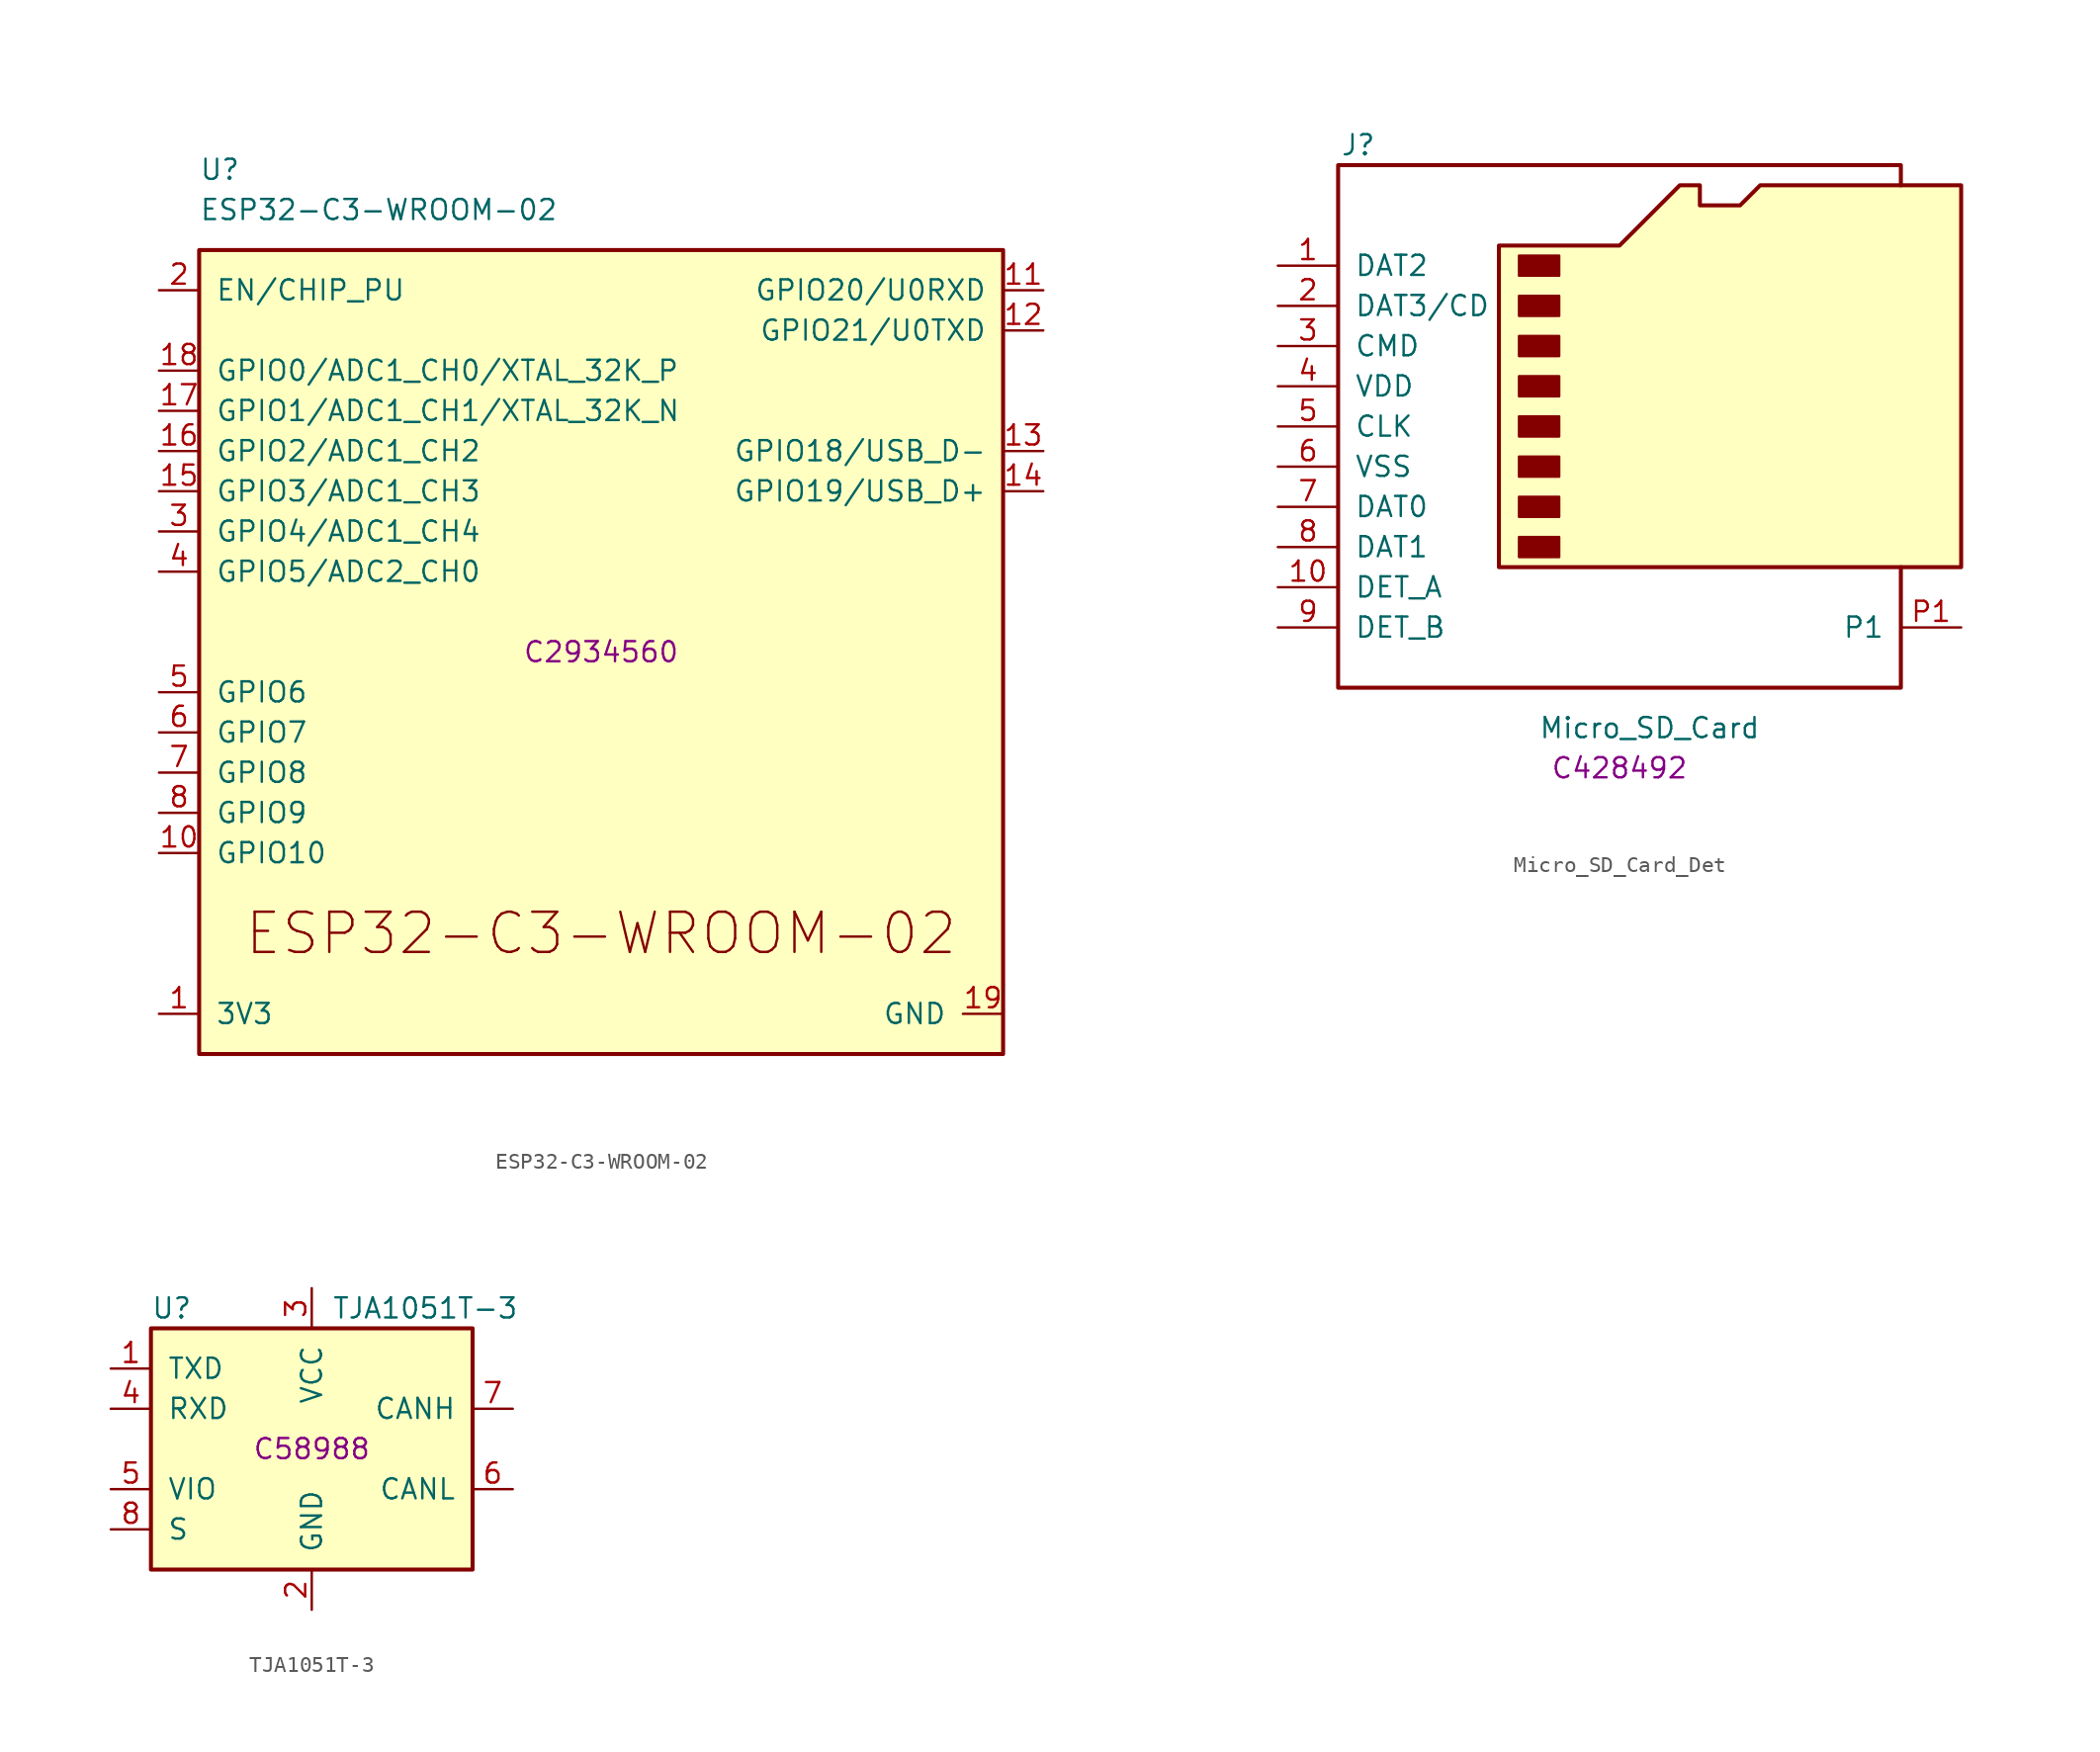
<source format=kicad_sym>
(kicad_symbol_lib
  (version 20220914)
  (generator kicad_symbol_editor)
  (symbol "ESP32-C3-WROOM-02"
    (pin_names
      (offset 1.016))
    (property "Reference" "U"
      (at -25.4 30.48 0)
      (effects (font (size 1.27 1.27)) (justify left)))
    (property "Value" "ESP32-C3-WROOM-02"
      (at -25.4 27.94 0)
      (effects (font (size 1.27 1.27)) (justify left)))
    (property "LCSC" "C2934560"
      (at 0 0 0)
      (effects (font (size 1.27 1.27))))
    (symbol "ESP32-C3-WROOM-02_0_0"
      (text "ESP32-C3-WROOM-02" (at 0 -17.78 0) (effects (font (size 2.54 2.54)))))
    (symbol "ESP32-C3-WROOM-02_0_1"
      (rectangle (start -25.4 25.4) (end 25.4 -25.4) (stroke (width 0.254) (type default)) (fill (type background))))
    (symbol "ESP32-C3-WROOM-02_1_1"
      (pin power_in line (at -27.94 -22.86 0) (length 2.54) (name "3V3" (effects (font (size 1.27 1.27)))) (number "1" (effects (font (size 1.27 1.27)))))
      (pin bidirectional line (at -27.94 -12.7 0) (length 2.54) (name "GPIO10" (effects (font (size 1.27 1.27)))) (number "10" (effects (font (size 1.27 1.27)))))
      (pin bidirectional line (at 27.94 22.86 180) (length 2.54) (name "GPIO20/U0RXD" (effects (font (size 1.27 1.27)))) (number "11" (effects (font (size 1.27 1.27)))))
      (pin bidirectional line (at 27.94 20.32 180) (length 2.54) (name "GPIO21/U0TXD" (effects (font (size 1.27 1.27)))) (number "12" (effects (font (size 1.27 1.27)))))
      (pin bidirectional line (at 27.94 12.7 180) (length 2.54) (name "GPIO18/USB_D-" (effects (font (size 1.27 1.27)))) (number "13" (effects (font (size 1.27 1.27)))))
      (pin bidirectional line (at 27.94 10.16 180) (length 2.54) (name "GPIO19/USB_D+" (effects (font (size 1.27 1.27)))) (number "14" (effects (font (size 1.27 1.27)))))
      (pin bidirectional line (at -27.94 10.16 0) (length 2.54) (name "GPIO3/ADC1_CH3" (effects (font (size 1.27 1.27)))) (number "15" (effects (font (size 1.27 1.27)))))
      (pin bidirectional line (at -27.94 12.7 0) (length 2.54) (name "GPIO2/ADC1_CH2" (effects (font (size 1.27 1.27)))) (number "16" (effects (font (size 1.27 1.27)))))
      (pin bidirectional line (at -27.94 15.24 0) (length 2.54) (name "GPIO1/ADC1_CH1/XTAL_32K_N" (effects (font (size 1.27 1.27)))) (number "17" (effects (font (size 1.27 1.27)))))
      (pin bidirectional line (at -27.94 17.78 0) (length 2.54) (name "GPIO0/ADC1_CH0/XTAL_32K_P" (effects (font (size 1.27 1.27)))) (number "18" (effects (font (size 1.27 1.27)))))
      (pin passive line (at 25.4 -22.86 180) (length 2.54) (name "GND" (effects (font (size 1.27 1.27)))) (number "19" (effects (font (size 1.27 1.27)))))
      (pin input line (at -27.94 22.86 0) (length 2.54) (name "EN/CHIP_PU" (effects (font (size 1.27 1.27)))) (number "2" (effects (font (size 1.27 1.27)))))
      (pin bidirectional line (at -27.94 7.62 0) (length 2.54) (name "GPIO4/ADC1_CH4" (effects (font (size 1.27 1.27)))) (number "3" (effects (font (size 1.27 1.27)))))
      (pin bidirectional line (at -27.94 5.08 0) (length 2.54) (name "GPIO5/ADC2_CH0" (effects (font (size 1.27 1.27)))) (number "4" (effects (font (size 1.27 1.27)))))
      (pin bidirectional line (at -27.94 -2.54 0) (length 2.54) (name "GPIO6" (effects (font (size 1.27 1.27)))) (number "5" (effects (font (size 1.27 1.27)))))
      (pin bidirectional line (at -27.94 -5.08 0) (length 2.54) (name "GPIO7" (effects (font (size 1.27 1.27)))) (number "6" (effects (font (size 1.27 1.27)))))
      (pin bidirectional line (at -27.94 -7.62 0) (length 2.54) (name "GPIO8" (effects (font (size 1.27 1.27)))) (number "7" (effects (font (size 1.27 1.27)))))
      (pin bidirectional line (at -27.94 -10.16 0) (length 2.54) (name "GPIO9" (effects (font (size 1.27 1.27)))) (number "8" (effects (font (size 1.27 1.27)))))
      (pin power_in line (at 25.4 -22.86 180) (length 2.54) hide (name "GND" (effects (font (size 1.27 1.27)))) (number "9" (effects (font (size 1.27 1.27)))))))
  (symbol "Micro_SD_Card_Det"
    (pin_names
      (offset 1.016))
    (property "Reference" "J"
      (at -17.78 17.78 0)
      (effects (font (size 1.27 1.27))))
    (property "Value" "Micro_SD_Card"
      (at 0.635 -19.05 0)
      (effects (font (size 1.27 1.27))))
    (property "LCSC" "C428492"
      (at -1.27 -21.59 0)
      (effects (font (size 1.27 1.27))))
    (symbol "Micro_SD_Card_Det_0_1"
      (rectangle (start -7.62 -6.985) (end -5.08 -8.255) (stroke (width 0) (type default)) (fill (type outline)))
      (rectangle (start -7.62 -4.445) (end -5.08 -5.715) (stroke (width 0) (type default)) (fill (type outline)))
      (rectangle (start -7.62 -1.905) (end -5.08 -3.175) (stroke (width 0) (type default)) (fill (type outline)))
      (rectangle (start -7.62 0.635) (end -5.08 -0.635) (stroke (width 0) (type default)) (fill (type outline)))
      (rectangle (start -7.62 3.175) (end -5.08 1.905) (stroke (width 0) (type default)) (fill (type outline)))
      (rectangle (start -7.62 5.715) (end -5.08 4.445) (stroke (width 0) (type default)) (fill (type outline)))
      (rectangle (start -7.62 8.255) (end -5.08 6.985) (stroke (width 0) (type default)) (fill (type outline)))
      (rectangle (start -7.62 10.795) (end -5.08 9.525) (stroke (width 0) (type default)) (fill (type outline)))
      (polyline (pts (xy 16.51 15.24) (xy 16.51 16.51) (xy -19.05 16.51) (xy -19.05 -16.51) (xy 16.51 -16.51) (xy 16.51 -8.89)) (stroke (width 0.254) (type default)) (fill (type none)))
      (polyline (pts (xy -8.89 -8.89) (xy -8.89 11.43) (xy -1.27 11.43) (xy 2.54 15.24) (xy 3.81 15.24) (xy 3.81 13.97) (xy 6.35 13.97) (xy 7.62 15.24) (xy 20.32 15.24) (xy 20.32 -8.89) (xy -8.89 -8.89)) (stroke (width 0.254) (type default)) (fill (type background))))
    (symbol "Micro_SD_Card_Det_1_1"
      (pin bidirectional line (at -22.86 10.16 0) (length 3.81) (name "DAT2" (effects (font (size 1.27 1.27)))) (number "1" (effects (font (size 1.27 1.27)))))
      (pin passive line (at -22.86 -10.16 0) (length 3.81) (name "DET_A" (effects (font (size 1.27 1.27)))) (number "10" (effects (font (size 1.27 1.27)))))
      (pin bidirectional line (at -22.86 7.62 0) (length 3.81) (name "DAT3/CD" (effects (font (size 1.27 1.27)))) (number "2" (effects (font (size 1.27 1.27)))))
      (pin input line (at -22.86 5.08 0) (length 3.81) (name "CMD" (effects (font (size 1.27 1.27)))) (number "3" (effects (font (size 1.27 1.27)))))
      (pin power_in line (at -22.86 2.54 0) (length 3.81) (name "VDD" (effects (font (size 1.27 1.27)))) (number "4" (effects (font (size 1.27 1.27)))))
      (pin input line (at -22.86 0 0) (length 3.81) (name "CLK" (effects (font (size 1.27 1.27)))) (number "5" (effects (font (size 1.27 1.27)))))
      (pin power_in line (at -22.86 -2.54 0) (length 3.81) (name "VSS" (effects (font (size 1.27 1.27)))) (number "6" (effects (font (size 1.27 1.27)))))
      (pin bidirectional line (at -22.86 -5.08 0) (length 3.81) (name "DAT0" (effects (font (size 1.27 1.27)))) (number "7" (effects (font (size 1.27 1.27)))))
      (pin bidirectional line (at -22.86 -7.62 0) (length 3.81) (name "DAT1" (effects (font (size 1.27 1.27)))) (number "8" (effects (font (size 1.27 1.27)))))
      (pin passive line (at -22.86 -12.7 0) (length 3.81) (name "DET_B" (effects (font (size 1.27 1.27)))) (number "9" (effects (font (size 1.27 1.27)))))
      (pin passive line (at 20.32 -12.7 180) (length 3.81) (name "P1" (effects (font (size 1.27 1.27)))) (number "P1" (effects (font (size 1.27 1.27)))))))
  (symbol "TJA1051T-3"
    (pin_names
      (offset 1.016))
    (property "Reference" "U"
      (at -10.16 8.89 0)
      (effects (font (size 1.27 1.27)) (justify left)))
    (property "Value" "TJA1051T-3"
      (at 1.27 8.89 0)
      (effects (font (size 1.27 1.27)) (justify left)))
    (property "LCSC" "C58988"
      (at 0 0 0)
      (effects (font (size 1.27 1.27))))
    (symbol "TJA1051T-3_0_1"
      (rectangle (start -10.16 7.62) (end 10.16 -7.62) (stroke (width 0.254) (type default)) (fill (type background))))
    (symbol "TJA1051T-3_1_1"
      (pin input line (at -12.7 5.08 0) (length 2.54) (name "TXD" (effects (font (size 1.27 1.27)))) (number "1" (effects (font (size 1.27 1.27)))))
      (pin power_in line (at 0 -10.16 90) (length 2.54) (name "GND" (effects (font (size 1.27 1.27)))) (number "2" (effects (font (size 1.27 1.27)))))
      (pin power_in line (at 0 10.16 270) (length 2.54) (name "VCC" (effects (font (size 1.27 1.27)))) (number "3" (effects (font (size 1.27 1.27)))))
      (pin output line (at -12.7 2.54 0) (length 2.54) (name "RXD" (effects (font (size 1.27 1.27)))) (number "4" (effects (font (size 1.27 1.27)))))
      (pin power_in line (at -12.7 -2.54 0) (length 2.54) (name "VIO" (effects (font (size 1.27 1.27)))) (number "5" (effects (font (size 1.27 1.27)))))
      (pin bidirectional line (at 12.7 -2.54 180) (length 2.54) (name "CANL" (effects (font (size 1.27 1.27)))) (number "6" (effects (font (size 1.27 1.27)))))
      (pin bidirectional line (at 12.7 2.54 180) (length 2.54) (name "CANH" (effects (font (size 1.27 1.27)))) (number "7" (effects (font (size 1.27 1.27)))))
      (pin input line (at -12.7 -5.08 0) (length 2.54) (name "S" (effects (font (size 1.27 1.27)))) (number "8" (effects (font (size 1.27 1.27))))))))
</source>
